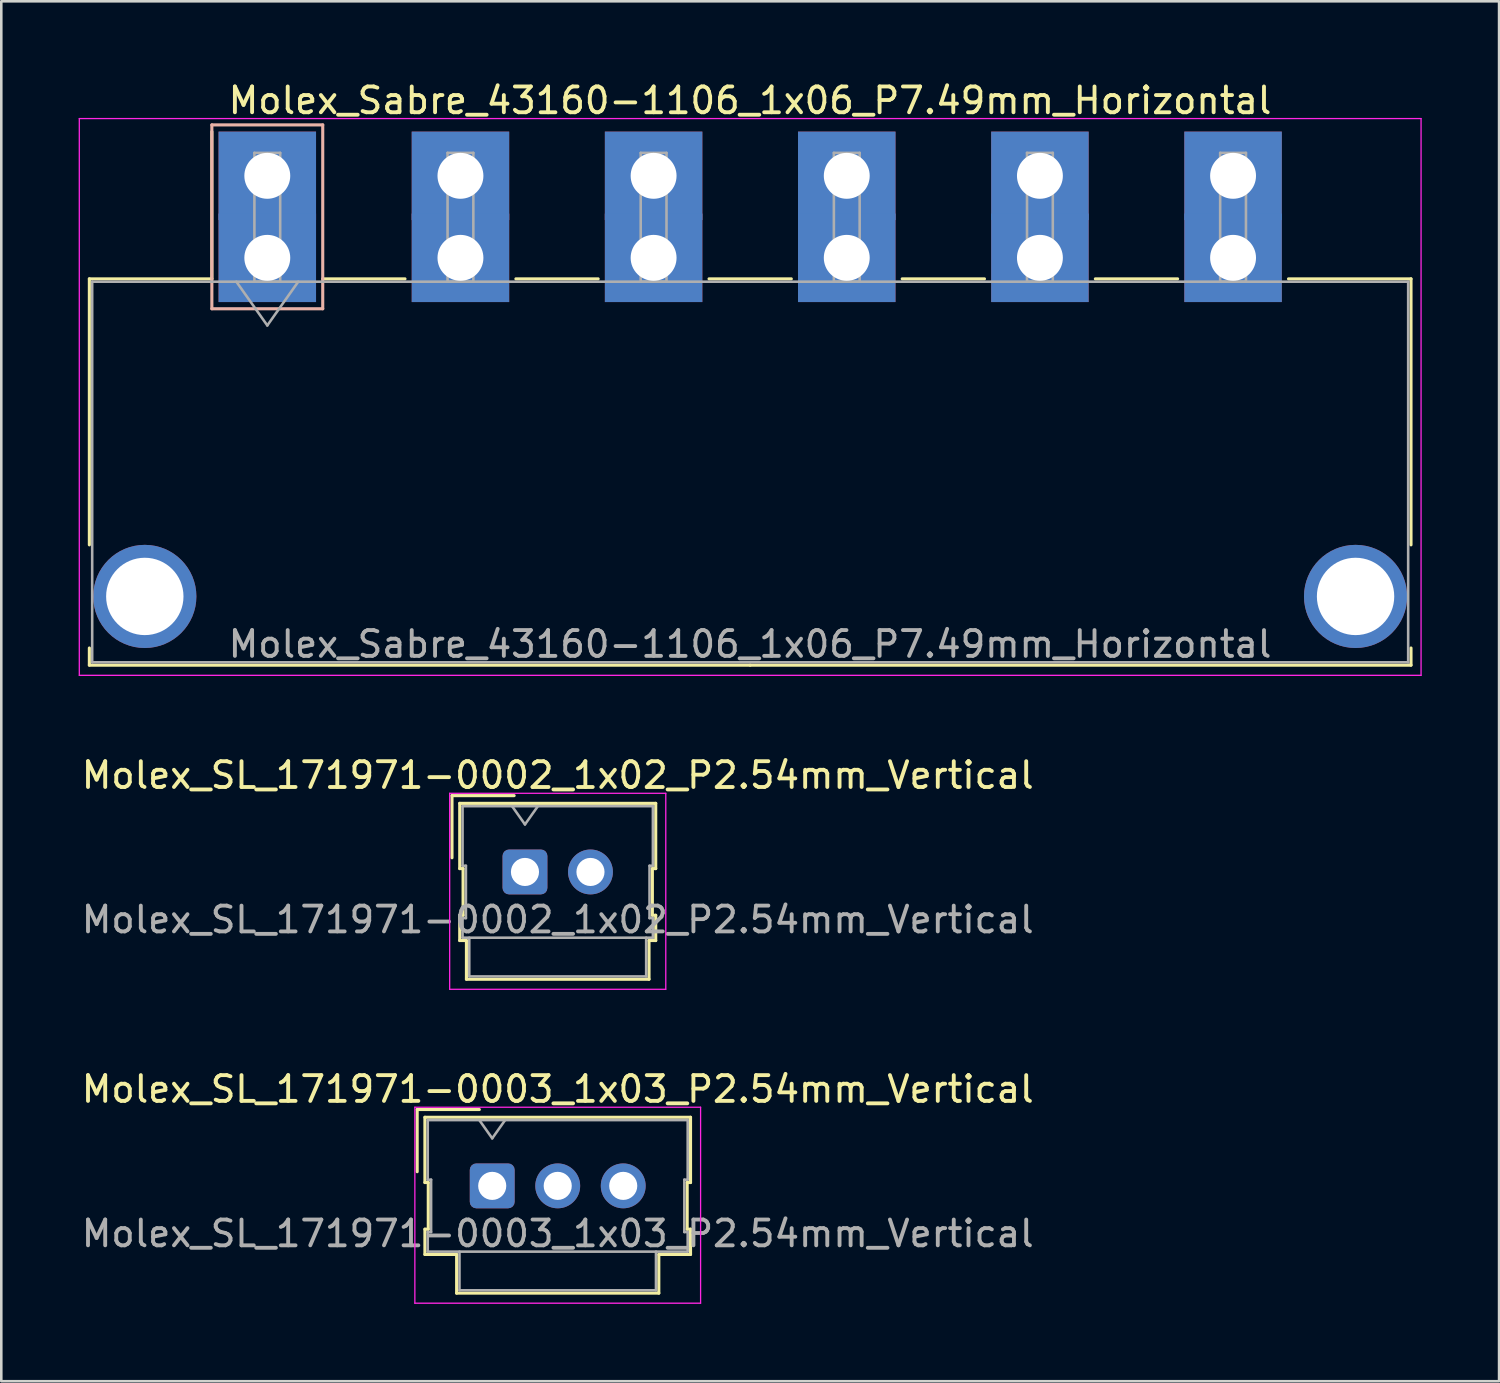
<source format=kicad_pcb>
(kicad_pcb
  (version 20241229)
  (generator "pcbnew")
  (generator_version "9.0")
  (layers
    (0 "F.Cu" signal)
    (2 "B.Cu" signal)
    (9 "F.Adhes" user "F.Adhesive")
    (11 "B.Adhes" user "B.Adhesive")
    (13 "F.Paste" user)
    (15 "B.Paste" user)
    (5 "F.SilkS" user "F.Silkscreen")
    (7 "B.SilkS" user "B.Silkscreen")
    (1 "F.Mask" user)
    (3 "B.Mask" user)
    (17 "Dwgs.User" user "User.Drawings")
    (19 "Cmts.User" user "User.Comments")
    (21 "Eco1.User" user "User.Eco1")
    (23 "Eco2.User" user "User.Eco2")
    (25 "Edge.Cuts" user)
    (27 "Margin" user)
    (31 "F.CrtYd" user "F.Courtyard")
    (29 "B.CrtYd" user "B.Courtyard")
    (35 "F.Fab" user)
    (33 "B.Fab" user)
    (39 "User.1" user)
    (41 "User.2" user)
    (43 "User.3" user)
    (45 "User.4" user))
  (footprint "Molex_SL_171971-0002_1x02_P2.54mm_Vertical"
    (layer "F.Cu")
    (at 17.307 30.762)
    (property "Reference" "Molex_SL_171971-0002_1x02_P2.54mm_Vertical" (at 1.27 -3.75 0) (layer "F.SilkS") (effects (font (size 1 1) (thickness 0.15))))
    (attr through_hole)
    (fp_line (start -2.83 -2.96) (end -0.42 -2.96) (stroke (width 0.12) (type solid)) (layer "F.SilkS"))
    (fp_line (start -2.83 -0.55) (end -2.83 -2.96) (stroke (width 0.12) (type solid)) (layer "F.SilkS"))
    (fp_line (start -2.53 -2.66) (end -2.53 -0.13) (stroke (width 0.12) (type solid)) (layer "F.SilkS"))
    (fp_line (start -2.53 -0.13) (end -2.4 -0.13) (stroke (width 0.12) (type solid)) (layer "F.SilkS"))
    (fp_line (start -2.53 1.68) (end -2.53 2.66) (stroke (width 0.12) (type solid)) (layer "F.SilkS"))
    (fp_line (start -2.53 2.66) (end -2.27 2.66) (stroke (width 0.12) (type solid)) (layer "F.SilkS"))
    (fp_line (start -2.4 -0.13) (end -2.4 1.68) (stroke (width 0.12) (type solid)) (layer "F.SilkS"))
    (fp_line (start -2.4 1.68) (end -2.53 1.68) (stroke (width 0.12) (type solid)) (layer "F.SilkS"))
    (fp_line (start -2.27 2.66) (end -2.27 4.16) (stroke (width 0.12) (type solid)) (layer "F.SilkS"))
    (fp_line (start -2.27 4.16) (end 4.81 4.16) (stroke (width 0.12) (type solid)) (layer "F.SilkS"))
    (fp_line (start 4.81 2.66) (end 5.07 2.66) (stroke (width 0.12) (type solid)) (layer "F.SilkS"))
    (fp_line (start 4.81 4.16) (end 4.81 2.66) (stroke (width 0.12) (type solid)) (layer "F.SilkS"))
    (fp_line (start 4.94 -0.13) (end 5.07 -0.13) (stroke (width 0.12) (type solid)) (layer "F.SilkS"))
    (fp_line (start 4.94 1.68) (end 4.94 -0.13) (stroke (width 0.12) (type solid)) (layer "F.SilkS"))
    (fp_line (start 5.07 -2.66) (end -2.53 -2.66) (stroke (width 0.12) (type solid)) (layer "F.SilkS"))
    (fp_line (start 5.07 -0.13) (end 5.07 -2.66) (stroke (width 0.12) (type solid)) (layer "F.SilkS"))
    (fp_line (start 5.07 1.68) (end 4.94 1.68) (stroke (width 0.12) (type solid)) (layer "F.SilkS"))
    (fp_line (start 5.07 2.66) (end 5.07 1.68) (stroke (width 0.12) (type solid)) (layer "F.SilkS"))
    (fp_line (start -2.92 -3.05) (end -2.92 4.55) (stroke (width 0.05) (type solid)) (layer "F.CrtYd"))
    (fp_line (start -2.92 4.55) (end 5.46 4.55) (stroke (width 0.05) (type solid)) (layer "F.CrtYd"))
    (fp_line (start 5.46 -3.05) (end -2.92 -3.05) (stroke (width 0.05) (type solid)) (layer "F.CrtYd"))
    (fp_line (start 5.46 4.55) (end 5.46 -3.05) (stroke (width 0.05) (type solid)) (layer "F.CrtYd"))
    (fp_line (start -2.42 -2.55) (end -2.42 -0.24) (stroke (width 0.1) (type solid)) (layer "F.Fab"))
    (fp_line (start -2.42 -0.24) (end -2.29 -0.24) (stroke (width 0.1) (type solid)) (layer "F.Fab"))
    (fp_line (start -2.42 1.79) (end -2.42 2.55) (stroke (width 0.1) (type solid)) (layer "F.Fab"))
    (fp_line (start -2.42 2.55) (end 4.96 2.55) (stroke (width 0.1) (type solid)) (layer "F.Fab"))
    (fp_line (start -2.29 -0.24) (end -2.29 1.79) (stroke (width 0.1) (type solid)) (layer "F.Fab"))
    (fp_line (start -2.29 1.79) (end -2.42 1.79) (stroke (width 0.1) (type solid)) (layer "F.Fab"))
    (fp_line (start -2.16 2.55) (end -2.16 4.05) (stroke (width 0.1) (type solid)) (layer "F.Fab"))
    (fp_line (start -2.16 4.05) (end 4.7 4.05) (stroke (width 0.1) (type solid)) (layer "F.Fab"))
    (fp_line (start 0 -1.843) (end -0.5 -2.55) (stroke (width 0.1) (type solid)) (layer "F.Fab"))
    (fp_line (start 0.5 -2.55) (end 0 -1.843) (stroke (width 0.1) (type solid)) (layer "F.Fab"))
    (fp_line (start 4.7 4.05) (end 4.7 2.55) (stroke (width 0.1) (type solid)) (layer "F.Fab"))
    (fp_line (start 4.83 -0.24) (end 4.96 -0.24) (stroke (width 0.1) (type solid)) (layer "F.Fab"))
    (fp_line (start 4.83 1.79) (end 4.83 -0.24) (stroke (width 0.1) (type solid)) (layer "F.Fab"))
    (fp_line (start 4.96 -2.55) (end -2.42 -2.55) (stroke (width 0.1) (type solid)) (layer "F.Fab"))
    (fp_line (start 4.96 -0.24) (end 4.96 -2.55) (stroke (width 0.1) (type solid)) (layer "F.Fab"))
    (fp_line (start 4.96 1.79) (end 4.83 1.79) (stroke (width 0.1) (type solid)) (layer "F.Fab"))
    (fp_line (start 4.96 2.55) (end 4.96 1.79) (stroke (width 0.1) (type solid)) (layer "F.Fab"))
    (fp_text user "${REFERENCE}" (at 1.27 1.85 0) (layer "F.Fab") (effects (font (size 1 1) (thickness 0.15))))
    (pad "1" thru_hole roundrect (at 0 0) (size 1.74 1.74) (drill 1.09) (layers "*.Cu" "*.Mask") (roundrect_rratio 0.144))
    (pad "2" thru_hole circle (at 2.54 0) (size 1.74 1.74) (drill 1.09) (layers "*.Cu" "*.Mask")))
  (footprint "Molex_Sabre_43160-1106_1x06_P7.49mm_Horizontal"
    (layer "F.Cu")
    (at 7.315 6.948)
    (property "Reference" "Molex_Sabre_43160-1106_1x06_P7.49mm_Horizontal" (at 18.72 -6.1 0) (layer "F.SilkS") (effects (font (size 1 1) (thickness 0.15))))
    (attr through_hole)
    (fp_line (start -6.9 0.815) (end -6.9 11.13) (stroke (width 0.12) (type solid)) (layer "F.SilkS"))
    (fp_line (start -6.9 15.13) (end -6.9 15.795) (stroke (width 0.12) (type solid)) (layer "F.SilkS"))
    (fp_line (start -6.9 15.795) (end 18.725 15.795) (stroke (width 0.12) (type solid)) (layer "F.SilkS"))
    (fp_line (start -2.15 0.815) (end -6.9 0.815) (stroke (width 0.12) (type solid)) (layer "F.SilkS"))
    (fp_line (start -2.15 0.815) (end -2.15 -4.895) (stroke (width 0.12) (type solid)) (layer "F.SilkS"))
    (fp_line (start 2.15 0.815) (end 5.34 0.815) (stroke (width 0.12) (type solid)) (layer "F.SilkS"))
    (fp_line (start 9.64 0.815) (end 12.83 0.815) (stroke (width 0.12) (type solid)) (layer "F.SilkS"))
    (fp_line (start 17.13 0.815) (end 20.32 0.815) (stroke (width 0.12) (type solid)) (layer "F.SilkS"))
    (fp_line (start 24.62 0.815) (end 27.81 0.815) (stroke (width 0.12) (type solid)) (layer "F.SilkS"))
    (fp_line (start 32.11 0.815) (end 35.3 0.815) (stroke (width 0.12) (type solid)) (layer "F.SilkS"))
    (fp_line (start 39.6 0.815) (end 44.35 0.815) (stroke (width 0.12) (type solid)) (layer "F.SilkS"))
    (fp_line (start 44.35 0.815) (end 44.35 11.13) (stroke (width 0.12) (type solid)) (layer "F.SilkS"))
    (fp_line (start 44.35 15.13) (end 44.35 15.795) (stroke (width 0.12) (type solid)) (layer "F.SilkS"))
    (fp_line (start 44.35 15.795) (end 18.725 15.795) (stroke (width 0.12) (type solid)) (layer "F.SilkS"))
    (fp_line (start -2.15 -5.155) (end -2.15 1.975) (stroke (width 0.12) (type solid)) (layer "B.SilkS"))
    (fp_line (start -2.15 1.975) (end 2.15 1.975) (stroke (width 0.12) (type solid)) (layer "B.SilkS"))
    (fp_line (start 2.15 -5.155) (end -2.15 -5.155) (stroke (width 0.12) (type solid)) (layer "B.SilkS"))
    (fp_line (start 2.15 1.975) (end 2.15 -5.155) (stroke (width 0.12) (type solid)) (layer "B.SilkS"))
    (fp_line (start -7.29 -5.4) (end -7.29 16.19) (stroke (width 0.05) (type solid)) (layer "F.CrtYd"))
    (fp_line (start -7.29 16.19) (end 44.74 16.19) (stroke (width 0.05) (type solid)) (layer "F.CrtYd"))
    (fp_line (start 44.74 -5.4) (end -7.29 -5.4) (stroke (width 0.05) (type solid)) (layer "F.CrtYd"))
    (fp_line (start 44.74 16.19) (end 44.74 -5.4) (stroke (width 0.05) (type solid)) (layer "F.CrtYd"))
    (fp_line (start -6.79 0.925) (end -6.79 15.685) (stroke (width 0.1) (type solid)) (layer "F.Fab"))
    (fp_line (start -6.79 15.685) (end 44.24 15.685) (stroke (width 0.1) (type solid)) (layer "F.Fab"))
    (fp_line (start -1.2 0.925) (end 0 2.622) (stroke (width 0.1) (type solid)) (layer "F.Fab"))
    (fp_line (start -0.5 -4.07) (end 0.5 -4.07) (stroke (width 0.1) (type solid)) (layer "F.Fab"))
    (fp_line (start -0.5 0.925) (end -0.5 -4.07) (stroke (width 0.1) (type solid)) (layer "F.Fab"))
    (fp_line (start 0 2.622) (end 1.2 0.925) (stroke (width 0.1) (type solid)) (layer "F.Fab"))
    (fp_line (start 0.5 -4.07) (end 0.5 0.925) (stroke (width 0.1) (type solid)) (layer "F.Fab"))
    (fp_line (start 0.5 0.925) (end -0.5 0.925) (stroke (width 0.1) (type solid)) (layer "F.Fab"))
    (fp_line (start 6.99 -4.07) (end 7.99 -4.07) (stroke (width 0.1) (type solid)) (layer "F.Fab"))
    (fp_line (start 6.99 0.925) (end 6.99 -4.07) (stroke (width 0.1) (type solid)) (layer "F.Fab"))
    (fp_line (start 7.99 -4.07) (end 7.99 0.925) (stroke (width 0.1) (type solid)) (layer "F.Fab"))
    (fp_line (start 7.99 0.925) (end 6.99 0.925) (stroke (width 0.1) (type solid)) (layer "F.Fab"))
    (fp_line (start 14.48 -4.07) (end 15.48 -4.07) (stroke (width 0.1) (type solid)) (layer "F.Fab"))
    (fp_line (start 14.48 0.925) (end 14.48 -4.07) (stroke (width 0.1) (type solid)) (layer "F.Fab"))
    (fp_line (start 15.48 -4.07) (end 15.48 0.925) (stroke (width 0.1) (type solid)) (layer "F.Fab"))
    (fp_line (start 15.48 0.925) (end 14.48 0.925) (stroke (width 0.1) (type solid)) (layer "F.Fab"))
    (fp_line (start 21.97 -4.07) (end 22.97 -4.07) (stroke (width 0.1) (type solid)) (layer "F.Fab"))
    (fp_line (start 21.97 0.925) (end 21.97 -4.07) (stroke (width 0.1) (type solid)) (layer "F.Fab"))
    (fp_line (start 22.97 -4.07) (end 22.97 0.925) (stroke (width 0.1) (type solid)) (layer "F.Fab"))
    (fp_line (start 22.97 0.925) (end 21.97 0.925) (stroke (width 0.1) (type solid)) (layer "F.Fab"))
    (fp_line (start 29.46 -4.07) (end 30.46 -4.07) (stroke (width 0.1) (type solid)) (layer "F.Fab"))
    (fp_line (start 29.46 0.925) (end 29.46 -4.07) (stroke (width 0.1) (type solid)) (layer "F.Fab"))
    (fp_line (start 30.46 -4.07) (end 30.46 0.925) (stroke (width 0.1) (type solid)) (layer "F.Fab"))
    (fp_line (start 30.46 0.925) (end 29.46 0.925) (stroke (width 0.1) (type solid)) (layer "F.Fab"))
    (fp_line (start 36.95 -4.07) (end 37.95 -4.07) (stroke (width 0.1) (type solid)) (layer "F.Fab"))
    (fp_line (start 36.95 0.925) (end 36.95 -4.07) (stroke (width 0.1) (type solid)) (layer "F.Fab"))
    (fp_line (start 37.95 -4.07) (end 37.95 0.925) (stroke (width 0.1) (type solid)) (layer "F.Fab"))
    (fp_line (start 37.95 0.925) (end 36.95 0.925) (stroke (width 0.1) (type solid)) (layer "F.Fab"))
    (fp_line (start 44.24 0.925) (end -6.79 0.925) (stroke (width 0.1) (type solid)) (layer "F.Fab"))
    (fp_line (start 44.24 15.685) (end 44.24 0.925) (stroke (width 0.1) (type solid)) (layer "F.Fab"))
    (fp_text user "${REFERENCE}" (at 18.72 14.98 0) (layer "F.Fab") (effects (font (size 1 1) (thickness 0.15))))
    (pad "" thru_hole circle (at -4.75 13.13) (size 4 4) (drill 3) (layers "*.Cu" "*.Mask"))
    (pad "" thru_hole circle (at 42.2 13.13) (size 4 4) (drill 3) (layers "*.Cu" "*.Mask"))
    (pad "1" thru_hole rect (at 0 -3.18) (size 3.78 3.43) (drill 1.78) (layers "*.Cu" "*.Mask"))
    (pad "1" thru_hole rect (at 0 0) (size 3.78 3.43) (drill 1.78) (layers "*.Cu" "*.Mask"))
    (pad "2" thru_hole rect (at 7.49 -3.18) (size 3.78 3.43) (drill 1.78) (layers "*.Cu" "*.Mask"))
    (pad "2" thru_hole rect (at 7.49 0) (size 3.78 3.43) (drill 1.78) (layers "*.Cu" "*.Mask"))
    (pad "3" thru_hole rect (at 14.98 -3.18) (size 3.78 3.43) (drill 1.78) (layers "*.Cu" "*.Mask"))
    (pad "3" thru_hole rect (at 14.98 0) (size 3.78 3.43) (drill 1.78) (layers "*.Cu" "*.Mask"))
    (pad "4" thru_hole rect (at 22.47 -3.18) (size 3.78 3.43) (drill 1.78) (layers "*.Cu" "*.Mask"))
    (pad "4" thru_hole rect (at 22.47 0) (size 3.78 3.43) (drill 1.78) (layers "*.Cu" "*.Mask"))
    (pad "5" thru_hole rect (at 29.96 -3.18) (size 3.78 3.43) (drill 1.78) (layers "*.Cu" "*.Mask"))
    (pad "5" thru_hole rect (at 29.96 0) (size 3.78 3.43) (drill 1.78) (layers "*.Cu" "*.Mask"))
    (pad "6" thru_hole rect (at 37.45 -3.18) (size 3.78 3.43) (drill 1.78) (layers "*.Cu" "*.Mask"))
    (pad "6" thru_hole rect (at 37.45 0) (size 3.78 3.43) (drill 1.78) (layers "*.Cu" "*.Mask")))
  (footprint "Molex_SL_171971-0003_1x03_P2.54mm_Vertical"
    (layer "F.Cu")
    (at 16.037 42.935)
    (property "Reference" "Molex_SL_171971-0003_1x03_P2.54mm_Vertical" (at 2.54 -3.75 0) (layer "F.SilkS") (effects (font (size 1 1) (thickness 0.15))))
    (attr through_hole)
    (fp_line (start -2.91 -2.96) (end -0.5 -2.96) (stroke (width 0.12) (type solid)) (layer "F.SilkS"))
    (fp_line (start -2.91 -0.55) (end -2.91 -2.96) (stroke (width 0.12) (type solid)) (layer "F.SilkS"))
    (fp_line (start -2.61 -2.66) (end -2.61 -0.13) (stroke (width 0.12) (type solid)) (layer "F.SilkS"))
    (fp_line (start -2.61 -0.13) (end -2.48 -0.13) (stroke (width 0.12) (type solid)) (layer "F.SilkS"))
    (fp_line (start -2.61 1.68) (end -2.61 2.66) (stroke (width 0.12) (type solid)) (layer "F.SilkS"))
    (fp_line (start -2.61 2.66) (end -1.38 2.66) (stroke (width 0.12) (type solid)) (layer "F.SilkS"))
    (fp_line (start -2.48 -0.13) (end -2.48 1.68) (stroke (width 0.12) (type solid)) (layer "F.SilkS"))
    (fp_line (start -2.48 1.68) (end -2.61 1.68) (stroke (width 0.12) (type solid)) (layer "F.SilkS"))
    (fp_line (start -1.38 2.66) (end -1.38 4.16) (stroke (width 0.12) (type solid)) (layer "F.SilkS"))
    (fp_line (start -1.38 4.16) (end 6.46 4.16) (stroke (width 0.12) (type solid)) (layer "F.SilkS"))
    (fp_line (start 6.46 2.66) (end 7.69 2.66) (stroke (width 0.12) (type solid)) (layer "F.SilkS"))
    (fp_line (start 6.46 4.16) (end 6.46 2.66) (stroke (width 0.12) (type solid)) (layer "F.SilkS"))
    (fp_line (start 7.56 -0.13) (end 7.69 -0.13) (stroke (width 0.12) (type solid)) (layer "F.SilkS"))
    (fp_line (start 7.56 1.68) (end 7.56 -0.13) (stroke (width 0.12) (type solid)) (layer "F.SilkS"))
    (fp_line (start 7.69 -2.66) (end -2.61 -2.66) (stroke (width 0.12) (type solid)) (layer "F.SilkS"))
    (fp_line (start 7.69 -0.13) (end 7.69 -2.66) (stroke (width 0.12) (type solid)) (layer "F.SilkS"))
    (fp_line (start 7.69 1.68) (end 7.56 1.68) (stroke (width 0.12) (type solid)) (layer "F.SilkS"))
    (fp_line (start 7.69 2.66) (end 7.69 1.68) (stroke (width 0.12) (type solid)) (layer "F.SilkS"))
    (fp_line (start -3 -3.05) (end -3 4.55) (stroke (width 0.05) (type solid)) (layer "F.CrtYd"))
    (fp_line (start -3 4.55) (end 8.08 4.55) (stroke (width 0.05) (type solid)) (layer "F.CrtYd"))
    (fp_line (start 8.08 -3.05) (end -3 -3.05) (stroke (width 0.05) (type solid)) (layer "F.CrtYd"))
    (fp_line (start 8.08 4.55) (end 8.08 -3.05) (stroke (width 0.05) (type solid)) (layer "F.CrtYd"))
    (fp_line (start -2.5 -2.55) (end -2.5 -0.24) (stroke (width 0.1) (type solid)) (layer "F.Fab"))
    (fp_line (start -2.5 -0.24) (end -2.37 -0.24) (stroke (width 0.1) (type solid)) (layer "F.Fab"))
    (fp_line (start -2.5 1.79) (end -2.5 2.55) (stroke (width 0.1) (type solid)) (layer "F.Fab"))
    (fp_line (start -2.5 2.55) (end 7.58 2.55) (stroke (width 0.1) (type solid)) (layer "F.Fab"))
    (fp_line (start -2.37 -0.24) (end -2.37 1.79) (stroke (width 0.1) (type solid)) (layer "F.Fab"))
    (fp_line (start -2.37 1.79) (end -2.5 1.79) (stroke (width 0.1) (type solid)) (layer "F.Fab"))
    (fp_line (start -1.27 2.55) (end -1.27 4.05) (stroke (width 0.1) (type solid)) (layer "F.Fab"))
    (fp_line (start -1.27 4.05) (end 6.35 4.05) (stroke (width 0.1) (type solid)) (layer "F.Fab"))
    (fp_line (start 0 -1.843) (end -0.5 -2.55) (stroke (width 0.1) (type solid)) (layer "F.Fab"))
    (fp_line (start 0.5 -2.55) (end 0 -1.843) (stroke (width 0.1) (type solid)) (layer "F.Fab"))
    (fp_line (start 6.35 4.05) (end 6.35 2.55) (stroke (width 0.1) (type solid)) (layer "F.Fab"))
    (fp_line (start 7.45 -0.24) (end 7.58 -0.24) (stroke (width 0.1) (type solid)) (layer "F.Fab"))
    (fp_line (start 7.45 1.79) (end 7.45 -0.24) (stroke (width 0.1) (type solid)) (layer "F.Fab"))
    (fp_line (start 7.58 -2.55) (end -2.5 -2.55) (stroke (width 0.1) (type solid)) (layer "F.Fab"))
    (fp_line (start 7.58 -0.24) (end 7.58 -2.55) (stroke (width 0.1) (type solid)) (layer "F.Fab"))
    (fp_line (start 7.58 1.79) (end 7.45 1.79) (stroke (width 0.1) (type solid)) (layer "F.Fab"))
    (fp_line (start 7.58 2.55) (end 7.58 1.79) (stroke (width 0.1) (type solid)) (layer "F.Fab"))
    (fp_text user "${REFERENCE}" (at 2.54 1.85 0) (layer "F.Fab") (effects (font (size 1 1) (thickness 0.15))))
    (pad "1" thru_hole roundrect (at 0 0) (size 1.74 1.74) (drill 1.09) (layers "*.Cu" "*.Mask") (roundrect_rratio 0.144))
    (pad "2" thru_hole circle (at 2.54 0) (size 1.74 1.74) (drill 1.09) (layers "*.Cu" "*.Mask"))
    (pad "3" thru_hole circle (at 5.08 0) (size 1.74 1.74) (drill 1.09) (layers "*.Cu" "*.Mask")))
  (gr_rect
    (start -3 -3)
    (end 55.08 50.51)
    (stroke (width 0.1) (type default))
    (fill no)
    (layer "Edge.Cuts")))
</source>
